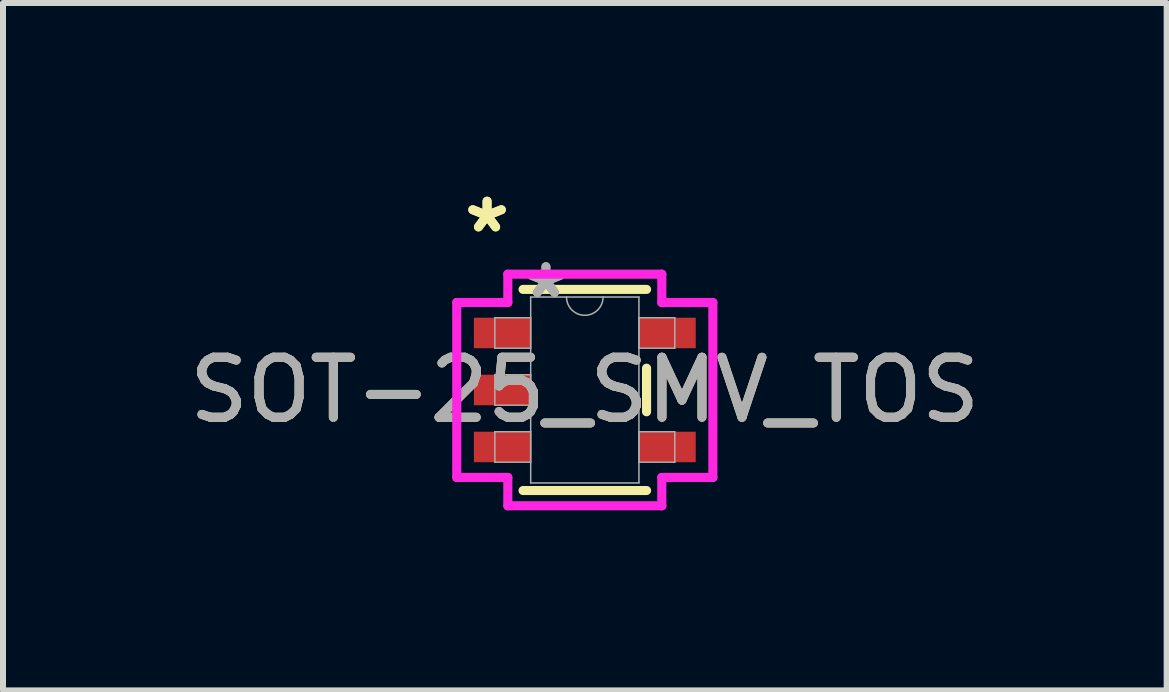
<source format=kicad_pcb>
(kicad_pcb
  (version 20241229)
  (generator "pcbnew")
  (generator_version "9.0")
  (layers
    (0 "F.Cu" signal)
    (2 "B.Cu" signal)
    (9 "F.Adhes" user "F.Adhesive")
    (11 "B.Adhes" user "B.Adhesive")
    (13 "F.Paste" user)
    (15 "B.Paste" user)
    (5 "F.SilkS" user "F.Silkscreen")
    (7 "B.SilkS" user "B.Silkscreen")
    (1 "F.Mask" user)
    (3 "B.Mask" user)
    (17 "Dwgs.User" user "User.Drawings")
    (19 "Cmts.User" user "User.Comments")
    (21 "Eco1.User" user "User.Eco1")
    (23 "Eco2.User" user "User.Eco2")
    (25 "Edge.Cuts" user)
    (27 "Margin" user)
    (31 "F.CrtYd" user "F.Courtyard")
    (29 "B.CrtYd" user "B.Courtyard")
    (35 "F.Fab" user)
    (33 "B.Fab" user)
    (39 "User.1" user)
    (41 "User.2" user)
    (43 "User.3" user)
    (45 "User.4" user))
  (footprint "SOT-25_SMV_TOS"
    (layer "F.Cu")
    (at 6.696 3.449)
    (property "Reference" "SOT-25_SMV_TOS" (at 0 0 0) (unlocked yes) (layer "F.SilkS") (effects (font (size 1 1) (thickness 0.15))))
    (attr smd)
    (fp_line (start -1.029 1.676) (end 1.029 1.676) (stroke (width 0.152) (type solid)) (layer "F.SilkS"))
    (fp_line (start 1.029 -1.676) (end -1.029 -1.676) (stroke (width 0.152) (type solid)) (layer "F.SilkS"))
    (fp_line (start 1.029 0.363) (end 1.029 -0.363) (stroke (width 0.152) (type solid)) (layer "F.SilkS"))
    (fp_line (start -2.134 -1.458) (end -1.283 -1.458) (stroke (width 0.152) (type solid)) (layer "F.CrtYd"))
    (fp_line (start -2.134 1.458) (end -2.134 -1.458) (stroke (width 0.152) (type solid)) (layer "F.CrtYd"))
    (fp_line (start -1.283 -1.93) (end 1.283 -1.93) (stroke (width 0.152) (type solid)) (layer "F.CrtYd"))
    (fp_line (start -1.283 -1.458) (end -1.283 -1.93) (stroke (width 0.152) (type solid)) (layer "F.CrtYd"))
    (fp_line (start -1.283 1.458) (end -2.134 1.458) (stroke (width 0.152) (type solid)) (layer "F.CrtYd"))
    (fp_line (start -1.283 1.93) (end -1.283 1.458) (stroke (width 0.152) (type solid)) (layer "F.CrtYd"))
    (fp_line (start 1.283 -1.93) (end 1.283 -1.458) (stroke (width 0.152) (type solid)) (layer "F.CrtYd"))
    (fp_line (start 1.283 -1.458) (end 2.134 -1.458) (stroke (width 0.152) (type solid)) (layer "F.CrtYd"))
    (fp_line (start 1.283 1.458) (end 1.283 1.93) (stroke (width 0.152) (type solid)) (layer "F.CrtYd"))
    (fp_line (start 1.283 1.93) (end -1.283 1.93) (stroke (width 0.152) (type solid)) (layer "F.CrtYd"))
    (fp_line (start 2.134 -1.458) (end 2.134 1.458) (stroke (width 0.152) (type solid)) (layer "F.CrtYd"))
    (fp_line (start 2.134 1.458) (end 1.283 1.458) (stroke (width 0.152) (type solid)) (layer "F.CrtYd"))
    (fp_line (start -1.499 -1.204) (end -1.499 -0.696) (stroke (width 0.025) (type solid)) (layer "F.Fab"))
    (fp_line (start -1.499 -0.696) (end -0.902 -0.696) (stroke (width 0.025) (type solid)) (layer "F.Fab"))
    (fp_line (start -1.499 -0.254) (end -1.499 0.254) (stroke (width 0.025) (type solid)) (layer "F.Fab"))
    (fp_line (start -1.499 0.254) (end -0.902 0.254) (stroke (width 0.025) (type solid)) (layer "F.Fab"))
    (fp_line (start -1.499 0.696) (end -1.499 1.204) (stroke (width 0.025) (type solid)) (layer "F.Fab"))
    (fp_line (start -1.499 1.204) (end -0.902 1.204) (stroke (width 0.025) (type solid)) (layer "F.Fab"))
    (fp_line (start -0.902 -1.549) (end -0.902 1.549) (stroke (width 0.025) (type solid)) (layer "F.Fab"))
    (fp_line (start -0.902 -1.204) (end -1.499 -1.204) (stroke (width 0.025) (type solid)) (layer "F.Fab"))
    (fp_line (start -0.902 -0.696) (end -0.902 -1.204) (stroke (width 0.025) (type solid)) (layer "F.Fab"))
    (fp_line (start -0.902 -0.254) (end -1.499 -0.254) (stroke (width 0.025) (type solid)) (layer "F.Fab"))
    (fp_line (start -0.902 0.254) (end -0.902 -0.254) (stroke (width 0.025) (type solid)) (layer "F.Fab"))
    (fp_line (start -0.902 0.696) (end -1.499 0.696) (stroke (width 0.025) (type solid)) (layer "F.Fab"))
    (fp_line (start -0.902 1.204) (end -0.902 0.696) (stroke (width 0.025) (type solid)) (layer "F.Fab"))
    (fp_line (start -0.902 1.549) (end 0.902 1.549) (stroke (width 0.025) (type solid)) (layer "F.Fab"))
    (fp_line (start 0.902 -1.549) (end -0.902 -1.549) (stroke (width 0.025) (type solid)) (layer "F.Fab"))
    (fp_line (start 0.902 -1.204) (end 0.902 -0.696) (stroke (width 0.025) (type solid)) (layer "F.Fab"))
    (fp_line (start 0.902 -0.696) (end 1.499 -0.696) (stroke (width 0.025) (type solid)) (layer "F.Fab"))
    (fp_line (start 0.902 0.696) (end 0.902 1.204) (stroke (width 0.025) (type solid)) (layer "F.Fab"))
    (fp_line (start 0.902 1.204) (end 1.499 1.204) (stroke (width 0.025) (type solid)) (layer "F.Fab"))
    (fp_line (start 0.902 1.549) (end 0.902 -1.549) (stroke (width 0.025) (type solid)) (layer "F.Fab"))
    (fp_line (start 1.499 -1.204) (end 0.902 -1.204) (stroke (width 0.025) (type solid)) (layer "F.Fab"))
    (fp_line (start 1.499 -0.696) (end 1.499 -1.204) (stroke (width 0.025) (type solid)) (layer "F.Fab"))
    (fp_line (start 1.499 0.696) (end 0.902 0.696) (stroke (width 0.025) (type solid)) (layer "F.Fab"))
    (fp_line (start 1.499 1.204) (end 1.499 0.696) (stroke (width 0.025) (type solid)) (layer "F.Fab"))
    (fp_arc (start 0.3048 -1.5494) (mid 0 -1.2446) (end -0.3048 -1.5494) (stroke (width 0.0254) (type solid)) (layer "F.Fab"))
    (fp_text user "*" (at -1.629 -2.601 0) (unlocked yes) (layer "F.SilkS") (effects (font (size 1 1) (thickness 0.15))))
    (fp_text user "*" (at -1.629 -2.601 0) (layer "F.SilkS") (effects (font (size 1 1) (thickness 0.15))))
    (fp_text user "*" (at -0.648 -1.509 0) (unlocked yes) (layer "F.Fab") (effects (font (size 1 1) (thickness 0.15))))
    (fp_text user "*" (at -0.648 -1.509 0) (layer "F.Fab") (effects (font (size 1 1) (thickness 0.15))))
    (fp_text user "${REFERENCE}" (at 0 0 0) (unlocked yes) (layer "F.Fab") (effects (font (size 1 1) (thickness 0.15))))
    (pad "1" smd rect (at -1.375 -0.95) (size 0.947 0.508) (layers "F.Cu" "F.Mask" "F.Paste"))
    (pad "2" smd rect (at -1.375 0) (size 0.947 0.508) (layers "F.Cu" "F.Mask" "F.Paste"))
    (pad "3" smd rect (at -1.375 0.95) (size 0.947 0.508) (layers "F.Cu" "F.Mask" "F.Paste"))
    (pad "4" smd rect (at 1.375 0.95) (size 0.947 0.508) (layers "F.Cu" "F.Mask" "F.Paste"))
    (pad "5" smd rect (at 1.375 -0.95) (size 0.947 0.508) (layers "F.Cu" "F.Mask" "F.Paste")))
  (gr_rect
    (start -3 -3)
    (end 16.393 8.456)
    (stroke (width 0.1) (type default))
    (fill no)
    (layer "Edge.Cuts")))
</source>
